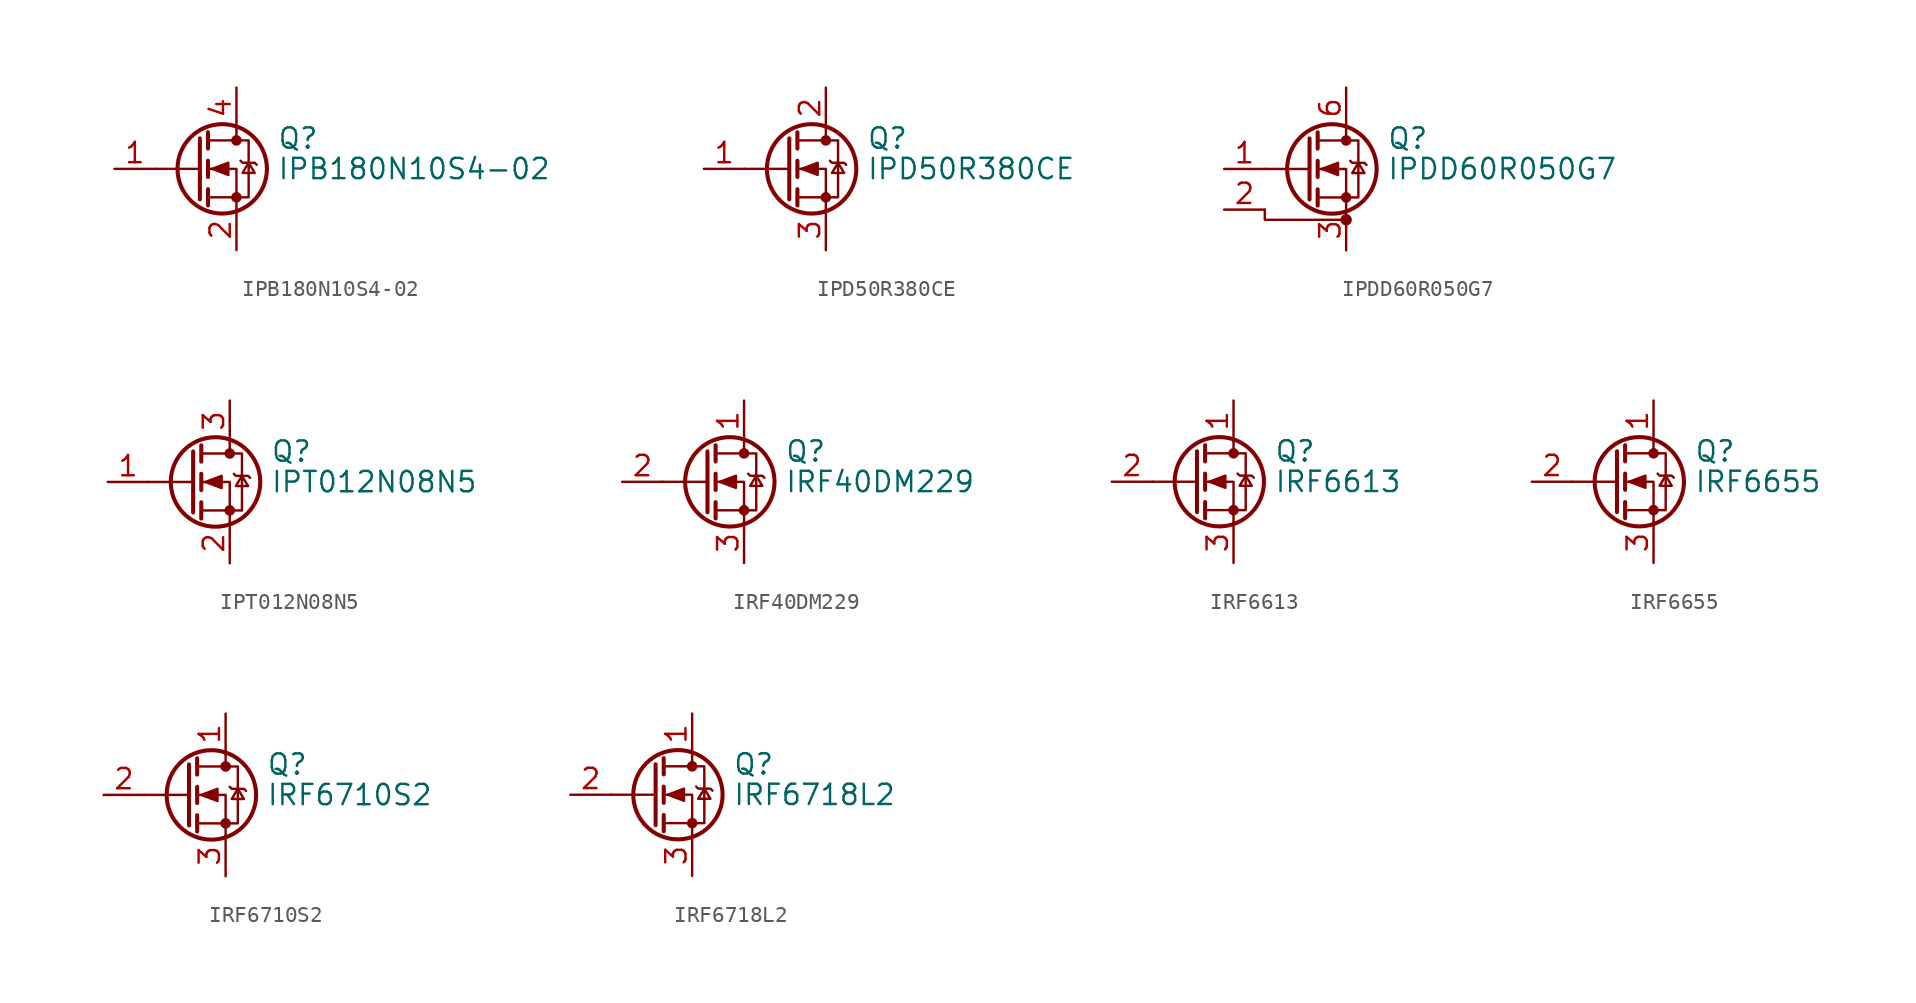
<source format=kicad_sym>
(kicad_symbol_lib
  (version 20200908)
  (generator kicad_symbol_editor)
  (symbol "Transistor_FET:IPB180N10S4-02"
    (pin_names hide)
    (property "Reference" "Q"
      (at 5.08 1.905 0)
      (effects (font (size 1.27 1.27)) (justify left)))
    (property "Value" "IPB180N10S4-02"
      (at 5.08 0 0)
      (effects (font (size 1.27 1.27)) (justify left)))
    (symbol "IPB180N10S4-02_0_1"
      (circle (center 1.651 0) (radius 2.794) (stroke (width 0.254)) (fill (type none)))
      (circle (center 2.54 -1.778) (radius 0.254) (stroke (width 0)) (fill (type outline)))
      (circle (center 2.54 1.778) (radius 0.254) (stroke (width 0)) (fill (type outline)))
      (polyline (pts (xy 0.254 0) (xy -2.54 0)) (stroke (width 0)) (fill (type none)))
      (polyline (pts (xy 0.254 1.905) (xy 0.254 -1.905)) (stroke (width 0.254)) (fill (type none)))
      (polyline (pts (xy 0.762 -1.27) (xy 0.762 -2.286)) (stroke (width 0.254)) (fill (type none)))
      (polyline (pts (xy 0.762 0.508) (xy 0.762 -0.508)) (stroke (width 0.254)) (fill (type none)))
      (polyline (pts (xy 0.762 2.286) (xy 0.762 1.27)) (stroke (width 0.254)) (fill (type none)))
      (polyline (pts (xy 2.54 2.54) (xy 2.54 1.778)) (stroke (width 0)) (fill (type none)))
      (polyline (pts (xy 2.54 -2.54) (xy 2.54 0) (xy 0.762 0)) (stroke (width 0)) (fill (type none)))
      (polyline (pts (xy 0.762 -1.778) (xy 3.302 -1.778) (xy 3.302 1.778) (xy 0.762 1.778)) (stroke (width 0)) (fill (type none)))
      (polyline (pts (xy 1.016 0) (xy 2.032 0.381) (xy 2.032 -0.381) (xy 1.016 0)) (stroke (width 0)) (fill (type outline)))
      (polyline (pts (xy 2.794 0.508) (xy 2.921 0.381) (xy 3.683 0.381) (xy 3.81 0.254)) (stroke (width 0)) (fill (type none)))
      (polyline (pts (xy 3.302 0.381) (xy 2.921 -0.254) (xy 3.683 -0.254) (xy 3.302 0.381)) (stroke (width 0)) (fill (type none))))
    (symbol "IPB180N10S4-02_1_1"
      (pin passive line (at -5.08 0 0) (length 2.54) (name "G" (effects (font (size 1.27 1.27)))) (number "1" (effects (font (size 1.27 1.27)))))
      (pin passive line (at 2.54 -5.08 90) (length 2.54) (name "S" (effects (font (size 1.27 1.27)))) (number "2" (effects (font (size 1.27 1.27)))))
      (pin passive line (at 2.54 -5.08 90) (length 2.54) hide (name "S" (effects (font (size 1.27 1.27)))) (number "3" (effects (font (size 1.27 1.27)))))
      (pin passive line (at 2.54 5.08 270) (length 2.54) (name "D" (effects (font (size 1.27 1.27)))) (number "4" (effects (font (size 1.27 1.27)))))
      (pin passive line (at 2.54 -5.08 90) (length 2.54) hide (name "S" (effects (font (size 1.27 1.27)))) (number "5" (effects (font (size 1.27 1.27)))))
      (pin passive line (at 2.54 -5.08 90) (length 2.54) hide (name "S" (effects (font (size 1.27 1.27)))) (number "6" (effects (font (size 1.27 1.27)))))
      (pin passive line (at 2.54 -5.08 90) (length 2.54) hide (name "S" (effects (font (size 1.27 1.27)))) (number "7" (effects (font (size 1.27 1.27)))))))
  (symbol "Transistor_FET:IPD50R380CE"
    (pin_names hide)
    (property "Reference" "Q"
      (at 5.08 1.905 0)
      (effects (font (size 1.27 1.27)) (justify left)))
    (property "Value" "IPD50R380CE"
      (at 5.08 0 0)
      (effects (font (size 1.27 1.27)) (justify left)))
    (symbol "IPD50R380CE_0_1"
      (circle (center 1.651 0) (radius 2.794) (stroke (width 0.254)) (fill (type none)))
      (circle (center 2.54 -1.778) (radius 0.254) (stroke (width 0)) (fill (type outline)))
      (circle (center 2.54 1.778) (radius 0.254) (stroke (width 0)) (fill (type outline)))
      (polyline (pts (xy 0.254 0) (xy -2.54 0)) (stroke (width 0)) (fill (type none)))
      (polyline (pts (xy 0.254 1.905) (xy 0.254 -1.905)) (stroke (width 0.254)) (fill (type none)))
      (polyline (pts (xy 0.762 -1.27) (xy 0.762 -2.286)) (stroke (width 0.254)) (fill (type none)))
      (polyline (pts (xy 0.762 0.508) (xy 0.762 -0.508)) (stroke (width 0.254)) (fill (type none)))
      (polyline (pts (xy 0.762 2.286) (xy 0.762 1.27)) (stroke (width 0.254)) (fill (type none)))
      (polyline (pts (xy 2.54 2.54) (xy 2.54 1.778)) (stroke (width 0)) (fill (type none)))
      (polyline (pts (xy 2.54 -2.54) (xy 2.54 0) (xy 0.762 0)) (stroke (width 0)) (fill (type none)))
      (polyline (pts (xy 0.762 -1.778) (xy 3.302 -1.778) (xy 3.302 1.778) (xy 0.762 1.778)) (stroke (width 0)) (fill (type none)))
      (polyline (pts (xy 1.016 0) (xy 2.032 0.381) (xy 2.032 -0.381) (xy 1.016 0)) (stroke (width 0)) (fill (type outline)))
      (polyline (pts (xy 2.794 0.508) (xy 2.921 0.381) (xy 3.683 0.381) (xy 3.81 0.254)) (stroke (width 0)) (fill (type none)))
      (polyline (pts (xy 3.302 0.381) (xy 2.921 -0.254) (xy 3.683 -0.254) (xy 3.302 0.381)) (stroke (width 0)) (fill (type none))))
    (symbol "IPD50R380CE_1_1"
      (pin input line (at -5.08 0 0) (length 2.54) (name "G" (effects (font (size 1.27 1.27)))) (number "1" (effects (font (size 1.27 1.27)))))
      (pin passive line (at 2.54 5.08 270) (length 2.54) (name "D" (effects (font (size 1.27 1.27)))) (number "2" (effects (font (size 1.27 1.27)))))
      (pin passive line (at 2.54 -5.08 90) (length 2.54) (name "S" (effects (font (size 1.27 1.27)))) (number "3" (effects (font (size 1.27 1.27)))))))
  (symbol "Transistor_FET:IPDD60R050G7"
    (pin_names hide)
    (property "Reference" "Q"
      (at 5.08 1.905 0)
      (effects (font (size 1.27 1.27)) (justify left)))
    (property "Value" "IPDD60R050G7"
      (at 5.08 0 0)
      (effects (font (size 1.27 1.27)) (justify left)))
    (symbol "IPDD60R050G7_0_1"
      (circle (center 1.651 0) (radius 2.794) (stroke (width 0.254)) (fill (type none)))
      (circle (center 2.54 -3.175) (radius 0.279) (stroke (width 0)) (fill (type outline)))
      (circle (center 2.54 -1.778) (radius 0.254) (stroke (width 0)) (fill (type outline)))
      (circle (center 2.54 1.778) (radius 0.254) (stroke (width 0)) (fill (type outline)))
      (polyline (pts (xy 0.254 0) (xy -2.54 0)) (stroke (width 0)) (fill (type none)))
      (polyline (pts (xy 0.254 1.905) (xy 0.254 -1.905)) (stroke (width 0.254)) (fill (type none)))
      (polyline (pts (xy 0.762 -1.27) (xy 0.762 -2.286)) (stroke (width 0.254)) (fill (type none)))
      (polyline (pts (xy 0.762 0.508) (xy 0.762 -0.508)) (stroke (width 0.254)) (fill (type none)))
      (polyline (pts (xy 0.762 2.286) (xy 0.762 1.27)) (stroke (width 0.254)) (fill (type none)))
      (polyline (pts (xy 2.54 2.54) (xy 2.54 1.778)) (stroke (width 0)) (fill (type none)))
      (polyline (pts (xy -2.54 -2.54) (xy -2.54 -3.175) (xy 2.54 -3.175)) (stroke (width 0)) (fill (type none)))
      (polyline (pts (xy 2.54 -2.54) (xy 2.54 0) (xy 0.762 0)) (stroke (width 0)) (fill (type none)))
      (polyline (pts (xy 0.762 -1.778) (xy 3.302 -1.778) (xy 3.302 1.778) (xy 0.762 1.778)) (stroke (width 0)) (fill (type none)))
      (polyline (pts (xy 1.016 0) (xy 2.032 0.381) (xy 2.032 -0.381) (xy 1.016 0)) (stroke (width 0)) (fill (type outline)))
      (polyline (pts (xy 2.794 0.508) (xy 2.921 0.381) (xy 3.683 0.381) (xy 3.81 0.254)) (stroke (width 0)) (fill (type none)))
      (polyline (pts (xy 3.302 0.381) (xy 2.921 -0.254) (xy 3.683 -0.254) (xy 3.302 0.381)) (stroke (width 0)) (fill (type none))))
    (symbol "IPDD60R050G7_1_1"
      (pin input line (at -5.08 0 0) (length 2.54) (name "G" (effects (font (size 1.27 1.27)))) (number "1" (effects (font (size 1.27 1.27)))))
      (pin passive line (at 2.54 5.08 270) (length 2.54) hide (name "D" (effects (font (size 1.27 1.27)))) (number "10" (effects (font (size 1.27 1.27)))))
      (pin passive line (at -5.08 -2.54 0) (length 2.54) (name "DS" (effects (font (size 1.27 1.27)))) (number "2" (effects (font (size 1.27 1.27)))))
      (pin passive line (at 2.54 -5.08 90) (length 2.54) (name "PS" (effects (font (size 1.27 1.27)))) (number "3" (effects (font (size 1.27 1.27)))))
      (pin passive line (at 2.54 -5.08 90) (length 2.54) hide (name "PS" (effects (font (size 1.27 1.27)))) (number "4" (effects (font (size 1.27 1.27)))))
      (pin passive line (at 2.54 -5.08 90) (length 2.54) hide (name "PS" (effects (font (size 1.27 1.27)))) (number "5" (effects (font (size 1.27 1.27)))))
      (pin passive line (at 2.54 5.08 270) (length 2.54) (name "D" (effects (font (size 1.27 1.27)))) (number "6" (effects (font (size 1.27 1.27)))))
      (pin passive line (at 2.54 5.08 270) (length 2.54) hide (name "D" (effects (font (size 1.27 1.27)))) (number "7" (effects (font (size 1.27 1.27)))))
      (pin passive line (at 2.54 5.08 270) (length 2.54) hide (name "D" (effects (font (size 1.27 1.27)))) (number "8" (effects (font (size 1.27 1.27)))))
      (pin passive line (at 2.54 5.08 270) (length 2.54) hide (name "D" (effects (font (size 1.27 1.27)))) (number "9" (effects (font (size 1.27 1.27)))))))
  (symbol "Transistor_FET:IPT012N08N5"
    (pin_names hide)
    (property "Reference" "Q"
      (at 5.08 1.905 0)
      (effects (font (size 1.27 1.27)) (justify left)))
    (property "Value" "IPT012N08N5"
      (at 5.08 0 0)
      (effects (font (size 1.27 1.27)) (justify left)))
    (symbol "IPT012N08N5_0_1"
      (circle (center 1.651 0) (radius 2.794) (stroke (width 0.254)) (fill (type none)))
      (circle (center 2.54 -1.778) (radius 0.254) (stroke (width 0)) (fill (type outline)))
      (circle (center 2.54 1.778) (radius 0.254) (stroke (width 0)) (fill (type outline)))
      (polyline (pts (xy 0.254 0) (xy -2.54 0)) (stroke (width 0)) (fill (type none)))
      (polyline (pts (xy 0.254 1.905) (xy 0.254 -1.905)) (stroke (width 0.254)) (fill (type none)))
      (polyline (pts (xy 0.762 -1.27) (xy 0.762 -2.286)) (stroke (width 0.254)) (fill (type none)))
      (polyline (pts (xy 0.762 0.508) (xy 0.762 -0.508)) (stroke (width 0.254)) (fill (type none)))
      (polyline (pts (xy 0.762 2.286) (xy 0.762 1.27)) (stroke (width 0.254)) (fill (type none)))
      (polyline (pts (xy 2.54 2.54) (xy 2.54 1.778)) (stroke (width 0)) (fill (type none)))
      (polyline (pts (xy 2.54 -2.54) (xy 2.54 0) (xy 0.762 0)) (stroke (width 0)) (fill (type none)))
      (polyline (pts (xy 0.762 -1.778) (xy 3.302 -1.778) (xy 3.302 1.778) (xy 0.762 1.778)) (stroke (width 0)) (fill (type none)))
      (polyline (pts (xy 1.016 0) (xy 2.032 0.381) (xy 2.032 -0.381) (xy 1.016 0)) (stroke (width 0)) (fill (type outline)))
      (polyline (pts (xy 2.794 0.508) (xy 2.921 0.381) (xy 3.683 0.381) (xy 3.81 0.254)) (stroke (width 0)) (fill (type none)))
      (polyline (pts (xy 3.302 0.381) (xy 2.921 -0.254) (xy 3.683 -0.254) (xy 3.302 0.381)) (stroke (width 0)) (fill (type none))))
    (symbol "IPT012N08N5_1_1"
      (pin input line (at -5.08 0 0) (length 2.54) (name "G" (effects (font (size 1.27 1.27)))) (number "1" (effects (font (size 1.27 1.27)))))
      (pin passive line (at 2.54 -5.08 90) (length 2.54) (name "S" (effects (font (size 1.27 1.27)))) (number "2" (effects (font (size 1.27 1.27)))))
      (pin passive line (at 2.54 5.08 270) (length 2.54) (name "D" (effects (font (size 1.27 1.27)))) (number "3" (effects (font (size 1.27 1.27)))))))
  (symbol "Transistor_FET:IRF40DM229"
    (pin_names hide)
    (property "Reference" "Q"
      (at 5.08 1.905 0)
      (effects (font (size 1.27 1.27)) (justify left)))
    (property "Value" "IRF40DM229"
      (at 5.08 0 0)
      (effects (font (size 1.27 1.27)) (justify left)))
    (symbol "IRF40DM229_0_1"
      (circle (center 1.651 0) (radius 2.794) (stroke (width 0.254)) (fill (type none)))
      (circle (center 2.54 -1.778) (radius 0.254) (stroke (width 0)) (fill (type outline)))
      (circle (center 2.54 1.778) (radius 0.254) (stroke (width 0)) (fill (type outline)))
      (polyline (pts (xy 0.254 0) (xy -2.54 0)) (stroke (width 0)) (fill (type none)))
      (polyline (pts (xy 0.254 1.905) (xy 0.254 -1.905)) (stroke (width 0.254)) (fill (type none)))
      (polyline (pts (xy 0.762 -1.27) (xy 0.762 -2.286)) (stroke (width 0.254)) (fill (type none)))
      (polyline (pts (xy 0.762 0.508) (xy 0.762 -0.508)) (stroke (width 0.254)) (fill (type none)))
      (polyline (pts (xy 0.762 2.286) (xy 0.762 1.27)) (stroke (width 0.254)) (fill (type none)))
      (polyline (pts (xy 2.54 2.54) (xy 2.54 1.778)) (stroke (width 0)) (fill (type none)))
      (polyline (pts (xy 2.54 -2.54) (xy 2.54 0) (xy 0.762 0)) (stroke (width 0)) (fill (type none)))
      (polyline (pts (xy 0.762 -1.778) (xy 3.302 -1.778) (xy 3.302 1.778) (xy 0.762 1.778)) (stroke (width 0)) (fill (type none)))
      (polyline (pts (xy 1.016 0) (xy 2.032 0.381) (xy 2.032 -0.381) (xy 1.016 0)) (stroke (width 0)) (fill (type outline)))
      (polyline (pts (xy 2.794 0.508) (xy 2.921 0.381) (xy 3.683 0.381) (xy 3.81 0.254)) (stroke (width 0)) (fill (type none)))
      (polyline (pts (xy 3.302 0.381) (xy 2.921 -0.254) (xy 3.683 -0.254) (xy 3.302 0.381)) (stroke (width 0)) (fill (type none))))
    (symbol "IRF40DM229_1_1"
      (pin passive line (at 2.54 5.08 270) (length 2.54) (name "D" (effects (font (size 1.27 1.27)))) (number "1" (effects (font (size 1.27 1.27)))))
      (pin input line (at -5.08 0 0) (length 2.54) (name "G" (effects (font (size 1.27 1.27)))) (number "2" (effects (font (size 1.27 1.27)))))
      (pin passive line (at 2.54 -5.08 90) (length 2.54) (name "S" (effects (font (size 1.27 1.27)))) (number "3" (effects (font (size 1.27 1.27)))))))
  (symbol "Transistor_FET:IRF6613"
    (pin_names hide)
    (property "Reference" "Q"
      (at 5.08 1.905 0)
      (effects (font (size 1.27 1.27)) (justify left)))
    (property "Value" "IRF6613"
      (at 5.08 0 0)
      (effects (font (size 1.27 1.27)) (justify left)))
    (symbol "IRF6613_0_1"
      (circle (center 1.651 0) (radius 2.794) (stroke (width 0.254)) (fill (type none)))
      (circle (center 2.54 -1.778) (radius 0.254) (stroke (width 0)) (fill (type outline)))
      (circle (center 2.54 1.778) (radius 0.254) (stroke (width 0)) (fill (type outline)))
      (polyline (pts (xy 0.254 0) (xy -2.54 0)) (stroke (width 0)) (fill (type none)))
      (polyline (pts (xy 0.254 1.905) (xy 0.254 -1.905)) (stroke (width 0.254)) (fill (type none)))
      (polyline (pts (xy 0.762 -1.27) (xy 0.762 -2.286)) (stroke (width 0.254)) (fill (type none)))
      (polyline (pts (xy 0.762 0.508) (xy 0.762 -0.508)) (stroke (width 0.254)) (fill (type none)))
      (polyline (pts (xy 0.762 2.286) (xy 0.762 1.27)) (stroke (width 0.254)) (fill (type none)))
      (polyline (pts (xy 2.54 2.54) (xy 2.54 1.778)) (stroke (width 0)) (fill (type none)))
      (polyline (pts (xy 2.54 -2.54) (xy 2.54 0) (xy 0.762 0)) (stroke (width 0)) (fill (type none)))
      (polyline (pts (xy 0.762 -1.778) (xy 3.302 -1.778) (xy 3.302 1.778) (xy 0.762 1.778)) (stroke (width 0)) (fill (type none)))
      (polyline (pts (xy 1.016 0) (xy 2.032 0.381) (xy 2.032 -0.381) (xy 1.016 0)) (stroke (width 0)) (fill (type outline)))
      (polyline (pts (xy 2.794 0.508) (xy 2.921 0.381) (xy 3.683 0.381) (xy 3.81 0.254)) (stroke (width 0)) (fill (type none)))
      (polyline (pts (xy 3.302 0.381) (xy 2.921 -0.254) (xy 3.683 -0.254) (xy 3.302 0.381)) (stroke (width 0)) (fill (type none))))
    (symbol "IRF6613_1_1"
      (pin passive line (at 2.54 5.08 270) (length 2.54) (name "D" (effects (font (size 1.27 1.27)))) (number "1" (effects (font (size 1.27 1.27)))))
      (pin input line (at -5.08 0 0) (length 2.54) (name "G" (effects (font (size 1.27 1.27)))) (number "2" (effects (font (size 1.27 1.27)))))
      (pin passive line (at 2.54 -5.08 90) (length 2.54) (name "S" (effects (font (size 1.27 1.27)))) (number "3" (effects (font (size 1.27 1.27)))))))
  (symbol "Transistor_FET:IRF6655"
    (pin_names hide)
    (property "Reference" "Q"
      (at 5.08 1.905 0)
      (effects (font (size 1.27 1.27)) (justify left)))
    (property "Value" "IRF6655"
      (at 5.08 0 0)
      (effects (font (size 1.27 1.27)) (justify left)))
    (symbol "IRF6655_0_1"
      (circle (center 1.651 0) (radius 2.794) (stroke (width 0.254)) (fill (type none)))
      (circle (center 2.54 -1.778) (radius 0.254) (stroke (width 0)) (fill (type outline)))
      (circle (center 2.54 1.778) (radius 0.254) (stroke (width 0)) (fill (type outline)))
      (polyline (pts (xy 0.254 0) (xy -2.54 0)) (stroke (width 0)) (fill (type none)))
      (polyline (pts (xy 0.254 1.905) (xy 0.254 -1.905)) (stroke (width 0.254)) (fill (type none)))
      (polyline (pts (xy 0.762 -1.27) (xy 0.762 -2.286)) (stroke (width 0.254)) (fill (type none)))
      (polyline (pts (xy 0.762 0.508) (xy 0.762 -0.508)) (stroke (width 0.254)) (fill (type none)))
      (polyline (pts (xy 0.762 2.286) (xy 0.762 1.27)) (stroke (width 0.254)) (fill (type none)))
      (polyline (pts (xy 2.54 2.54) (xy 2.54 1.778)) (stroke (width 0)) (fill (type none)))
      (polyline (pts (xy 2.54 -2.54) (xy 2.54 0) (xy 0.762 0)) (stroke (width 0)) (fill (type none)))
      (polyline (pts (xy 0.762 -1.778) (xy 3.302 -1.778) (xy 3.302 1.778) (xy 0.762 1.778)) (stroke (width 0)) (fill (type none)))
      (polyline (pts (xy 1.016 0) (xy 2.032 0.381) (xy 2.032 -0.381) (xy 1.016 0)) (stroke (width 0)) (fill (type outline)))
      (polyline (pts (xy 2.794 0.508) (xy 2.921 0.381) (xy 3.683 0.381) (xy 3.81 0.254)) (stroke (width 0)) (fill (type none)))
      (polyline (pts (xy 3.302 0.381) (xy 2.921 -0.254) (xy 3.683 -0.254) (xy 3.302 0.381)) (stroke (width 0)) (fill (type none))))
    (symbol "IRF6655_1_1"
      (pin passive line (at 2.54 5.08 270) (length 2.54) (name "D" (effects (font (size 1.27 1.27)))) (number "1" (effects (font (size 1.27 1.27)))))
      (pin input line (at -5.08 0 0) (length 2.54) (name "G" (effects (font (size 1.27 1.27)))) (number "2" (effects (font (size 1.27 1.27)))))
      (pin passive line (at 2.54 -5.08 90) (length 2.54) (name "S" (effects (font (size 1.27 1.27)))) (number "3" (effects (font (size 1.27 1.27)))))))
  (symbol "Transistor_FET:IRF6710S2"
    (pin_names hide)
    (property "Reference" "Q"
      (at 5.08 1.905 0)
      (effects (font (size 1.27 1.27)) (justify left)))
    (property "Value" "IRF6710S2"
      (at 5.08 0 0)
      (effects (font (size 1.27 1.27)) (justify left)))
    (symbol "IRF6710S2_0_1"
      (circle (center 1.651 0) (radius 2.794) (stroke (width 0.254)) (fill (type none)))
      (circle (center 2.54 -1.778) (radius 0.254) (stroke (width 0)) (fill (type outline)))
      (circle (center 2.54 1.778) (radius 0.254) (stroke (width 0)) (fill (type outline)))
      (polyline (pts (xy 0.254 0) (xy -2.54 0)) (stroke (width 0)) (fill (type none)))
      (polyline (pts (xy 0.254 1.905) (xy 0.254 -1.905)) (stroke (width 0.254)) (fill (type none)))
      (polyline (pts (xy 0.762 -1.27) (xy 0.762 -2.286)) (stroke (width 0.254)) (fill (type none)))
      (polyline (pts (xy 0.762 0.508) (xy 0.762 -0.508)) (stroke (width 0.254)) (fill (type none)))
      (polyline (pts (xy 0.762 2.286) (xy 0.762 1.27)) (stroke (width 0.254)) (fill (type none)))
      (polyline (pts (xy 2.54 2.54) (xy 2.54 1.778)) (stroke (width 0)) (fill (type none)))
      (polyline (pts (xy 2.54 -2.54) (xy 2.54 0) (xy 0.762 0)) (stroke (width 0)) (fill (type none)))
      (polyline (pts (xy 0.762 -1.778) (xy 3.302 -1.778) (xy 3.302 1.778) (xy 0.762 1.778)) (stroke (width 0)) (fill (type none)))
      (polyline (pts (xy 1.016 0) (xy 2.032 0.381) (xy 2.032 -0.381) (xy 1.016 0)) (stroke (width 0)) (fill (type outline)))
      (polyline (pts (xy 2.794 0.508) (xy 2.921 0.381) (xy 3.683 0.381) (xy 3.81 0.254)) (stroke (width 0)) (fill (type none)))
      (polyline (pts (xy 3.302 0.381) (xy 2.921 -0.254) (xy 3.683 -0.254) (xy 3.302 0.381)) (stroke (width 0)) (fill (type none))))
    (symbol "IRF6710S2_1_1"
      (pin passive line (at 2.54 5.08 270) (length 2.54) (name "D" (effects (font (size 1.27 1.27)))) (number "1" (effects (font (size 1.27 1.27)))))
      (pin input line (at -5.08 0 0) (length 2.54) (name "G" (effects (font (size 1.27 1.27)))) (number "2" (effects (font (size 1.27 1.27)))))
      (pin passive line (at 2.54 -5.08 90) (length 2.54) (name "S" (effects (font (size 1.27 1.27)))) (number "3" (effects (font (size 1.27 1.27)))))))
  (symbol "Transistor_FET:IRF6718L2"
    (pin_names hide)
    (property "Reference" "Q"
      (at 5.08 1.905 0)
      (effects (font (size 1.27 1.27)) (justify left)))
    (property "Value" "IRF6718L2"
      (at 5.08 0 0)
      (effects (font (size 1.27 1.27)) (justify left)))
    (symbol "IRF6718L2_0_1"
      (circle (center 1.651 0) (radius 2.794) (stroke (width 0.254)) (fill (type none)))
      (circle (center 2.54 -1.778) (radius 0.254) (stroke (width 0)) (fill (type outline)))
      (circle (center 2.54 1.778) (radius 0.254) (stroke (width 0)) (fill (type outline)))
      (polyline (pts (xy 0.254 0) (xy -2.54 0)) (stroke (width 0)) (fill (type none)))
      (polyline (pts (xy 0.254 1.905) (xy 0.254 -1.905)) (stroke (width 0.254)) (fill (type none)))
      (polyline (pts (xy 0.762 -1.27) (xy 0.762 -2.286)) (stroke (width 0.254)) (fill (type none)))
      (polyline (pts (xy 0.762 0.508) (xy 0.762 -0.508)) (stroke (width 0.254)) (fill (type none)))
      (polyline (pts (xy 0.762 2.286) (xy 0.762 1.27)) (stroke (width 0.254)) (fill (type none)))
      (polyline (pts (xy 2.54 2.54) (xy 2.54 1.778)) (stroke (width 0)) (fill (type none)))
      (polyline (pts (xy 2.54 -2.54) (xy 2.54 0) (xy 0.762 0)) (stroke (width 0)) (fill (type none)))
      (polyline (pts (xy 0.762 -1.778) (xy 3.302 -1.778) (xy 3.302 1.778) (xy 0.762 1.778)) (stroke (width 0)) (fill (type none)))
      (polyline (pts (xy 1.016 0) (xy 2.032 0.381) (xy 2.032 -0.381) (xy 1.016 0)) (stroke (width 0)) (fill (type outline)))
      (polyline (pts (xy 2.794 0.508) (xy 2.921 0.381) (xy 3.683 0.381) (xy 3.81 0.254)) (stroke (width 0)) (fill (type none)))
      (polyline (pts (xy 3.302 0.381) (xy 2.921 -0.254) (xy 3.683 -0.254) (xy 3.302 0.381)) (stroke (width 0)) (fill (type none))))
    (symbol "IRF6718L2_1_1"
      (pin passive line (at 2.54 5.08 270) (length 2.54) (name "D" (effects (font (size 1.27 1.27)))) (number "1" (effects (font (size 1.27 1.27)))))
      (pin input line (at -5.08 0 0) (length 2.54) (name "G" (effects (font (size 1.27 1.27)))) (number "2" (effects (font (size 1.27 1.27)))))
      (pin passive line (at 2.54 -5.08 90) (length 2.54) (name "S" (effects (font (size 1.27 1.27)))) (number "3" (effects (font (size 1.27 1.27))))))))
</source>
